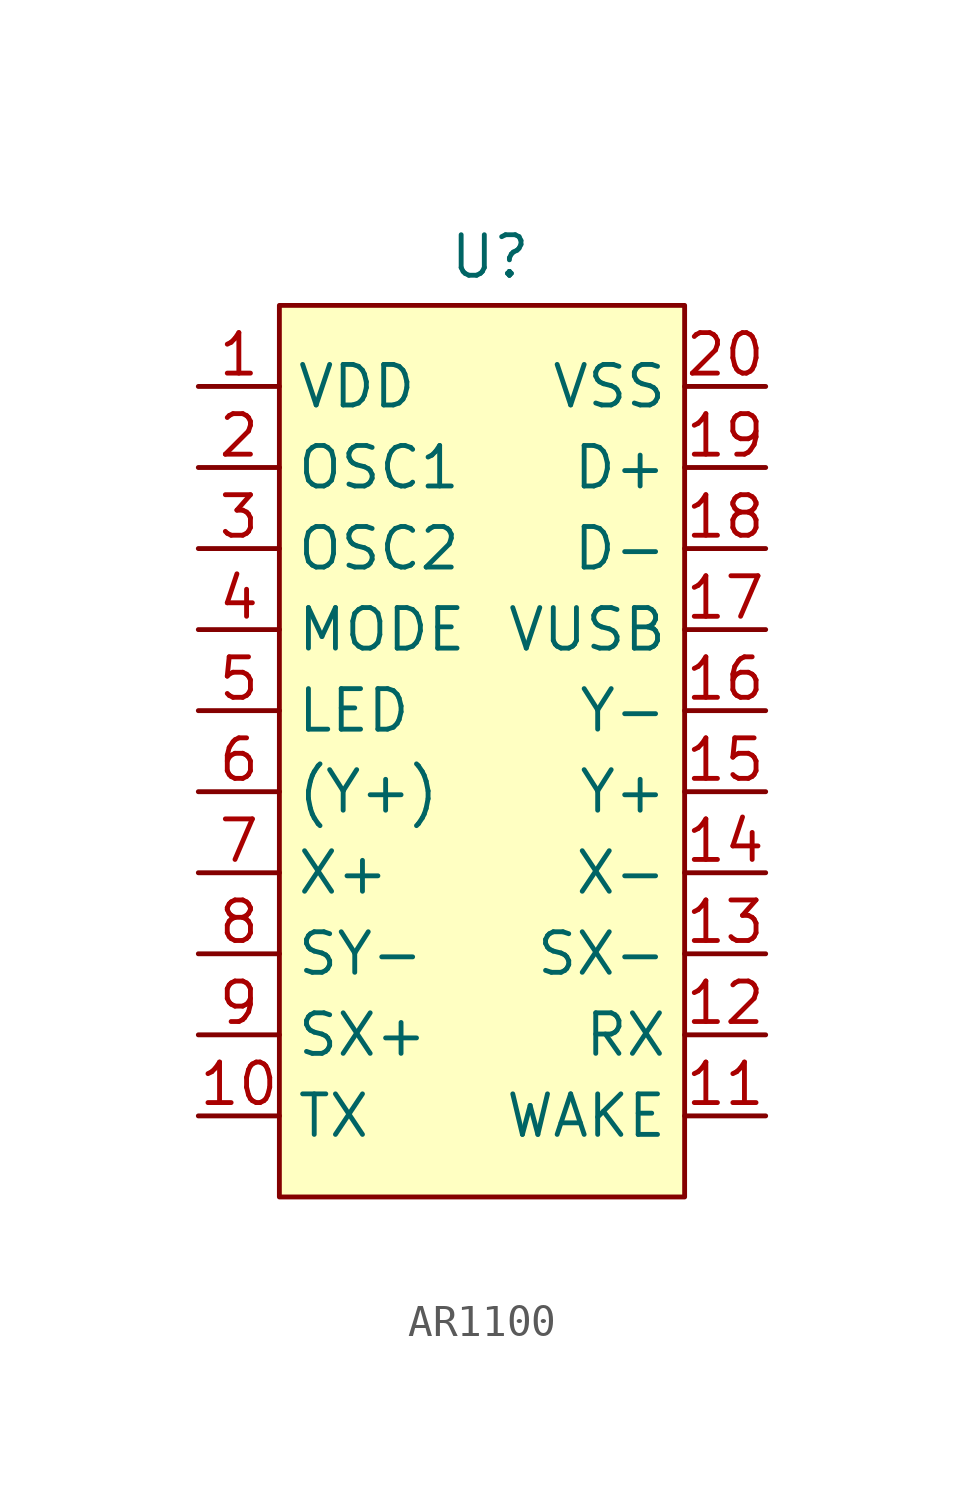
<source format=kicad_sym>
(kicad_symbol_lib
  (version 20231120)
  (generator "kicad_symbol_editor")
  (generator_version "8.0")
  (symbol "AR1100"
    (property "Reference" "U"
      (at 4.064 7.874 0)
      (effects (font (size 1.27 1.27))))
    (property "Value" ""
      (at 0 0 0)
      (effects (font (size 1.27 1.27))))
    (symbol "AR1100_1_1"
      (rectangle (start -2.54 6.35) (end 10.16 -21.59) (stroke (width 0) (type default)) (fill (type background)))
      (pin input line (at -5.08 3.81 0) (length 2.54) (name "VDD" (effects (font (size 1.27 1.27)))) (number "1" (effects (font (size 1.27 1.27)))))
      (pin input line (at -5.08 -19.05 0) (length 2.54) (name "TX" (effects (font (size 1.27 1.27)))) (number "10" (effects (font (size 1.27 1.27)))))
      (pin input line (at 12.7 -19.05 180) (length 2.54) (name "WAKE" (effects (font (size 1.27 1.27)))) (number "11" (effects (font (size 1.27 1.27)))))
      (pin input line (at 12.7 -16.51 180) (length 2.54) (name "RX" (effects (font (size 1.27 1.27)))) (number "12" (effects (font (size 1.27 1.27)))))
      (pin input line (at 12.7 -13.97 180) (length 2.54) (name "SX-" (effects (font (size 1.27 1.27)))) (number "13" (effects (font (size 1.27 1.27)))))
      (pin input line (at 12.7 -11.43 180) (length 2.54) (name "X-" (effects (font (size 1.27 1.27)))) (number "14" (effects (font (size 1.27 1.27)))))
      (pin input line (at 12.7 -8.89 180) (length 2.54) (name "Y+" (effects (font (size 1.27 1.27)))) (number "15" (effects (font (size 1.27 1.27)))))
      (pin input line (at 12.7 -6.35 180) (length 2.54) (name "Y-" (effects (font (size 1.27 1.27)))) (number "16" (effects (font (size 1.27 1.27)))))
      (pin input line (at 12.7 -3.81 180) (length 2.54) (name "VUSB" (effects (font (size 1.27 1.27)))) (number "17" (effects (font (size 1.27 1.27)))))
      (pin input line (at 12.7 -1.27 180) (length 2.54) (name "D-" (effects (font (size 1.27 1.27)))) (number "18" (effects (font (size 1.27 1.27)))))
      (pin input line (at 12.7 1.27 180) (length 2.54) (name "D+" (effects (font (size 1.27 1.27)))) (number "19" (effects (font (size 1.27 1.27)))))
      (pin input line (at -5.08 1.27 0) (length 2.54) (name "OSC1" (effects (font (size 1.27 1.27)))) (number "2" (effects (font (size 1.27 1.27)))))
      (pin input line (at 12.7 3.81 180) (length 2.54) (name "VSS" (effects (font (size 1.27 1.27)))) (number "20" (effects (font (size 1.27 1.27)))))
      (pin input line (at -5.08 -1.27 0) (length 2.54) (name "OSC2" (effects (font (size 1.27 1.27)))) (number "3" (effects (font (size 1.27 1.27)))))
      (pin input line (at -5.08 -3.81 0) (length 2.54) (name "MODE" (effects (font (size 1.27 1.27)))) (number "4" (effects (font (size 1.27 1.27)))))
      (pin input line (at -5.08 -6.35 0) (length 2.54) (name "LED" (effects (font (size 1.27 1.27)))) (number "5" (effects (font (size 1.27 1.27)))))
      (pin input line (at -5.08 -8.89 0) (length 2.54) (name "(Y+)" (effects (font (size 1.27 1.27)))) (number "6" (effects (font (size 1.27 1.27)))))
      (pin input line (at -5.08 -11.43 0) (length 2.54) (name "X+" (effects (font (size 1.27 1.27)))) (number "7" (effects (font (size 1.27 1.27)))))
      (pin input line (at -5.08 -13.97 0) (length 2.54) (name "SY-" (effects (font (size 1.27 1.27)))) (number "8" (effects (font (size 1.27 1.27)))))
      (pin input line (at -5.08 -16.51 0) (length 2.54) (name "SX+" (effects (font (size 1.27 1.27)))) (number "9" (effects (font (size 1.27 1.27))))))))
</source>
